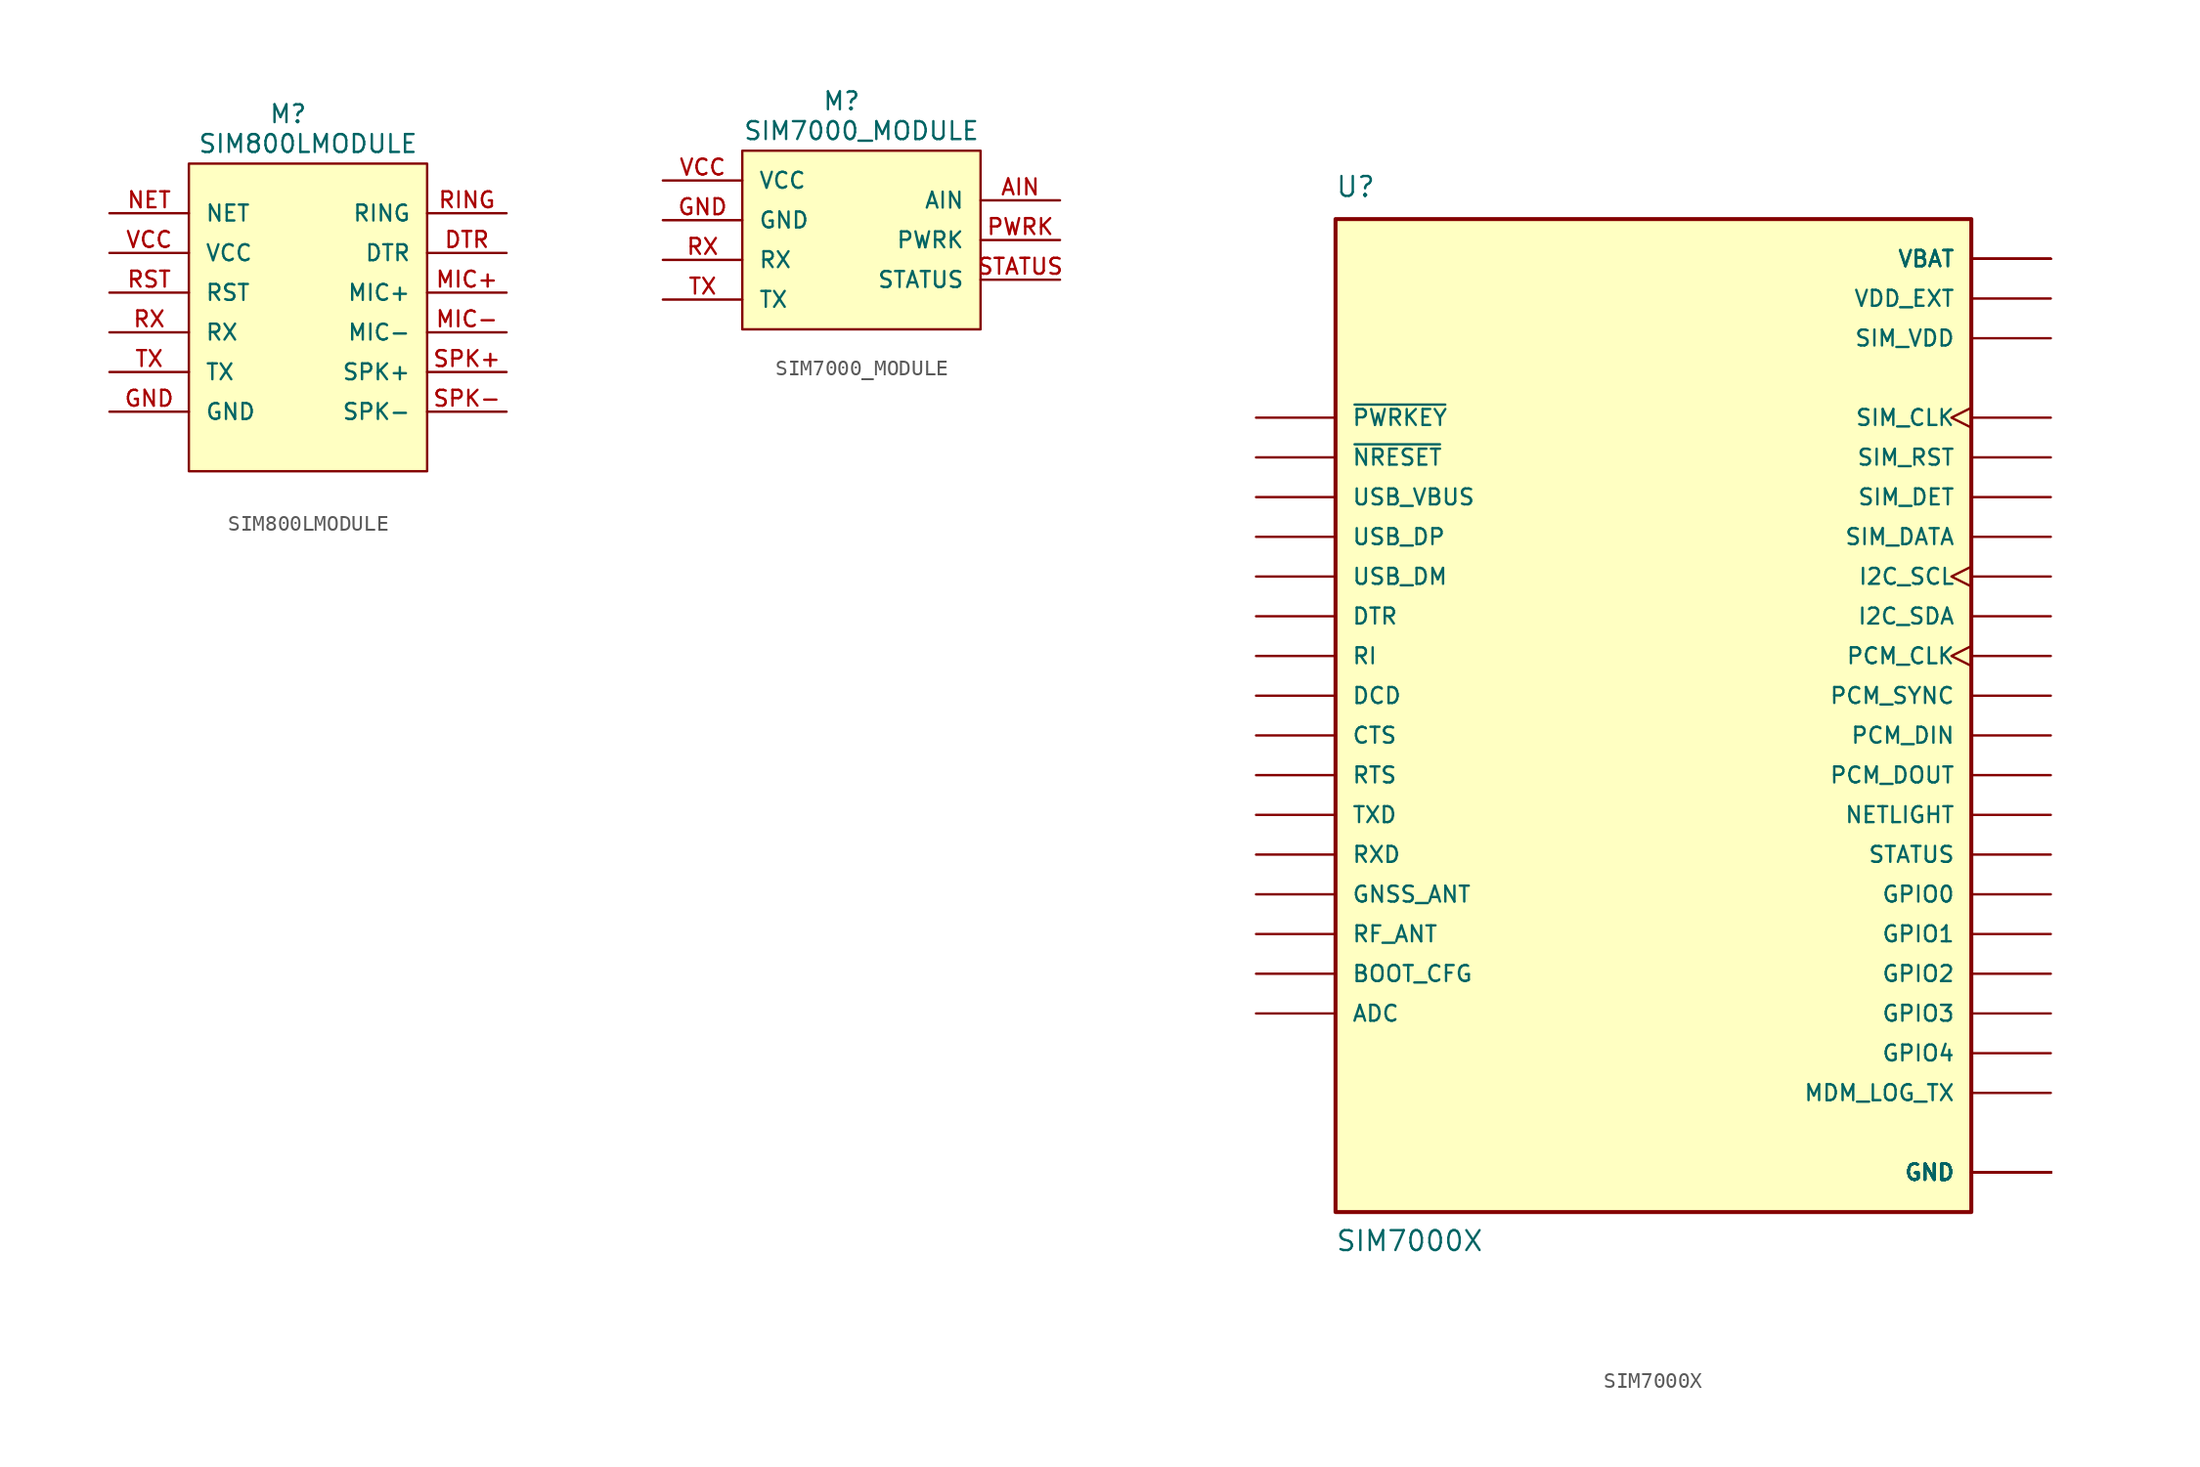
<source format=kicad_sym>
(kicad_symbol_lib
  (version 20211014)
  (generator kicad_symbol_editor)
  (symbol "SIM800LMODULE"
    (pin_names
      (offset 1.016))
    (property "Reference" "M"
      (at -1.27 13.97 0)
      (effects (font (size 1.143 1.143))))
    (property "Value" "SIM800LMODULE"
      (at 0 12.065 0)
      (effects (font (size 1.143 1.143))))
    (property "ki_locked" ""
      (at 0 0 0)
      (effects (font (size 1.27 1.27))))
    (symbol "SIM800LMODULE_1_0"
      (rectangle (start -7.62 10.795) (end 7.62 -8.89) (stroke (width 0) (type default) (color 0 0 0 0)) (fill (type background))))
    (symbol "SIM800LMODULE_1_1"
      (pin bidirectional line (at 12.7 5.08 180) (length 5.08) (name "DTR" (effects (font (size 1.016 1.016)))) (number "DTR" (effects (font (size 1.016 1.016)))))
      (pin bidirectional line (at -12.7 -5.08 0) (length 5.08) (name "GND" (effects (font (size 1.016 1.016)))) (number "GND" (effects (font (size 1.016 1.016)))))
      (pin bidirectional line (at 12.7 2.54 180) (length 5.08) (name "MIC+" (effects (font (size 1.016 1.016)))) (number "MIC+" (effects (font (size 1.016 1.016)))))
      (pin bidirectional line (at 12.7 0 180) (length 5.08) (name "MIC-" (effects (font (size 1.016 1.016)))) (number "MIC-" (effects (font (size 1.016 1.016)))))
      (pin bidirectional line (at -12.7 7.62 0) (length 5.08) (name "NET" (effects (font (size 1.016 1.016)))) (number "NET" (effects (font (size 1.016 1.016)))))
      (pin bidirectional line (at 12.7 7.62 180) (length 5.08) (name "RING" (effects (font (size 1.016 1.016)))) (number "RING" (effects (font (size 1.016 1.016)))))
      (pin bidirectional line (at -12.7 2.54 0) (length 5.08) (name "RST" (effects (font (size 1.016 1.016)))) (number "RST" (effects (font (size 1.016 1.016)))))
      (pin bidirectional line (at -12.7 0 0) (length 5.08) (name "RX" (effects (font (size 1.016 1.016)))) (number "RX" (effects (font (size 1.016 1.016)))))
      (pin bidirectional line (at 12.7 -2.54 180) (length 5.08) (name "SPK+" (effects (font (size 1.016 1.016)))) (number "SPK+" (effects (font (size 1.016 1.016)))))
      (pin bidirectional line (at 12.7 -5.08 180) (length 5.08) (name "SPK-" (effects (font (size 1.016 1.016)))) (number "SPK-" (effects (font (size 1.016 1.016)))))
      (pin bidirectional line (at -12.7 -2.54 0) (length 5.08) (name "TX" (effects (font (size 1.016 1.016)))) (number "TX" (effects (font (size 1.016 1.016)))))
      (pin bidirectional line (at -12.7 5.08 0) (length 5.08) (name "VCC" (effects (font (size 1.016 1.016)))) (number "VCC" (effects (font (size 1.016 1.016)))))))
  (symbol "SIM7000_MODULE"
    (pin_names
      (offset 1.016))
    (property "Reference" "M"
      (at -1.27 10.16 0)
      (effects (font (size 1.143 1.143))))
    (property "Value" "SIM7000_MODULE"
      (at 0 8.255 0)
      (effects (font (size 1.143 1.143))))
    (property "ki_locked" ""
      (at 0 0 0)
      (effects (font (size 1.27 1.27))))
    (symbol "SIM7000_MODULE_1_0"
      (rectangle (start -7.62 6.985) (end 7.62 -4.445) (stroke (width 0) (type default) (color 0 0 0 0)) (fill (type background))))
    (symbol "SIM7000_MODULE_1_1"
      (pin bidirectional line (at 12.7 3.81 180) (length 5.08) (name "AIN" (effects (font (size 1.016 1.016)))) (number "AIN" (effects (font (size 1.016 1.016)))))
      (pin bidirectional line (at -12.7 2.54 0) (length 5.08) (name "GND" (effects (font (size 1.016 1.016)))) (number "GND" (effects (font (size 1.016 1.016)))))
      (pin bidirectional line (at 12.7 1.27 180) (length 5.08) (name "PWRK" (effects (font (size 1.016 1.016)))) (number "PWRK" (effects (font (size 1.016 1.016)))))
      (pin bidirectional line (at -12.7 0 0) (length 5.08) (name "RX" (effects (font (size 1.016 1.016)))) (number "RX" (effects (font (size 1.016 1.016)))))
      (pin bidirectional line (at 12.7 -1.27 180) (length 5.08) (name "STATUS" (effects (font (size 1.016 1.016)))) (number "STATUS" (effects (font (size 1.016 1.016)))))
      (pin bidirectional line (at -12.7 -2.54 0) (length 5.08) (name "TX" (effects (font (size 1.016 1.016)))) (number "TX" (effects (font (size 1.016 1.016)))))
      (pin bidirectional line (at -12.7 5.08 0) (length 5.08) (name "VCC" (effects (font (size 1.016 1.016)))) (number "VCC" (effects (font (size 1.016 1.016)))))))
  (symbol "SIM7000X"
    (pin_numbers hide)
    (pin_names
      (offset 1.016))
    (property "Reference" "U"
      (at -20.345 34.341 0)
      (effects (font (size 1.27 1.27)) (justify left bottom)))
    (property "Value" "SIM7000X"
      (at -20.345 -33.071 0)
      (effects (font (size 1.27 1.27)) (justify left bottom)))
    (symbol "SIM7000X_0_0"
      (rectangle (start -20.32 -30.48) (end 20.32 33.02) (stroke (width 0.254) (type default) (color 0 0 0 0)) (fill (type background)))
      (pin input line (at -25.4 20.32 0) (length 5.08) (name "~{PWRKEY}" (effects (font (size 1.016 1.016)))) (number "1" (effects (font (size 1.016 1.016)))))
      (pin input line (at -25.4 -7.62 0) (length 5.08) (name "RXD" (effects (font (size 1.016 1.016)))) (number "10" (effects (font (size 1.016 1.016)))))
      (pin output clock (at 25.4 5.08 180) (length 5.08) (name "PCM_CLK" (effects (font (size 1.016 1.016)))) (number "11" (effects (font (size 1.016 1.016)))))
      (pin output line (at 25.4 2.54 180) (length 5.08) (name "PCM_SYNC" (effects (font (size 1.016 1.016)))) (number "12" (effects (font (size 1.016 1.016)))))
      (pin input line (at 25.4 0 180) (length 5.08) (name "PCM_DIN" (effects (font (size 1.016 1.016)))) (number "13" (effects (font (size 1.016 1.016)))))
      (pin output line (at 25.4 -2.54 180) (length 5.08) (name "PCM_DOUT" (effects (font (size 1.016 1.016)))) (number "14" (effects (font (size 1.016 1.016)))))
      (pin power_in line (at 25.4 27.94 180) (length 5.08) (name "VDD_EXT" (effects (font (size 1.016 1.016)))) (number "15" (effects (font (size 1.016 1.016)))))
      (pin input line (at -25.4 17.78 0) (length 5.08) (name "~{NRESET}" (effects (font (size 1.016 1.016)))) (number "16" (effects (font (size 1.016 1.016)))))
      (pin power_in line (at 25.4 -27.94 180) (length 5.08) (name "GND" (effects (font (size 1.016 1.016)))) (number "17" (effects (font (size 1.016 1.016)))))
      (pin power_in line (at 25.4 -27.94 180) (length 5.08) (name "GND" (effects (font (size 1.016 1.016)))) (number "18" (effects (font (size 1.016 1.016)))))
      (pin power_in line (at 25.4 -27.94 180) (length 5.08) (name "GND" (effects (font (size 1.016 1.016)))) (number "2" (effects (font (size 1.016 1.016)))))
      (pin output line (at 25.4 -22.86 180) (length 5.08) (name "MDM_LOG_TX" (effects (font (size 1.016 1.016)))) (number "23" (effects (font (size 1.016 1.016)))))
      (pin input line (at -25.4 15.24 0) (length 5.08) (name "USB_VBUS" (effects (font (size 1.016 1.016)))) (number "24" (effects (font (size 1.016 1.016)))))
      (pin input line (at -25.4 -17.78 0) (length 5.08) (name "ADC" (effects (font (size 1.016 1.016)))) (number "25" (effects (font (size 1.016 1.016)))))
      (pin bidirectional line (at -25.4 12.7 0) (length 5.08) (name "USB_DP" (effects (font (size 1.016 1.016)))) (number "27" (effects (font (size 1.016 1.016)))))
      (pin bidirectional line (at -25.4 10.16 0) (length 5.08) (name "USB_DM" (effects (font (size 1.016 1.016)))) (number "28" (effects (font (size 1.016 1.016)))))
      (pin power_in line (at 25.4 -27.94 180) (length 5.08) (name "GND" (effects (font (size 1.016 1.016)))) (number "29" (effects (font (size 1.016 1.016)))))
      (pin input line (at -25.4 7.62 0) (length 5.08) (name "DTR" (effects (font (size 1.016 1.016)))) (number "3" (effects (font (size 1.016 1.016)))))
      (pin power_in line (at 25.4 25.4 180) (length 5.08) (name "SIM_VDD" (effects (font (size 1.016 1.016)))) (number "30" (effects (font (size 1.016 1.016)))))
      (pin bidirectional line (at 25.4 12.7 180) (length 5.08) (name "SIM_DATA" (effects (font (size 1.016 1.016)))) (number "31" (effects (font (size 1.016 1.016)))))
      (pin output clock (at 25.4 20.32 180) (length 5.08) (name "SIM_CLK" (effects (font (size 1.016 1.016)))) (number "32" (effects (font (size 1.016 1.016)))))
      (pin output line (at 25.4 17.78 180) (length 5.08) (name "SIM_RST" (effects (font (size 1.016 1.016)))) (number "33" (effects (font (size 1.016 1.016)))))
      (pin input line (at 25.4 15.24 180) (length 5.08) (name "SIM_DET" (effects (font (size 1.016 1.016)))) (number "34" (effects (font (size 1.016 1.016)))))
      (pin bidirectional line (at 25.4 7.62 180) (length 5.08) (name "I2C_SDA" (effects (font (size 1.016 1.016)))) (number "37" (effects (font (size 1.016 1.016)))))
      (pin output clock (at 25.4 10.16 180) (length 5.08) (name "I2C_SCL" (effects (font (size 1.016 1.016)))) (number "38" (effects (font (size 1.016 1.016)))))
      (pin power_in line (at 25.4 -27.94 180) (length 5.08) (name "GND" (effects (font (size 1.016 1.016)))) (number "39" (effects (font (size 1.016 1.016)))))
      (pin output line (at -25.4 5.08 0) (length 5.08) (name "RI" (effects (font (size 1.016 1.016)))) (number "4" (effects (font (size 1.016 1.016)))))
      (pin power_in line (at 25.4 -27.94 180) (length 5.08) (name "GND" (effects (font (size 1.016 1.016)))) (number "45" (effects (font (size 1.016 1.016)))))
      (pin power_in line (at 25.4 -27.94 180) (length 5.08) (name "GND" (effects (font (size 1.016 1.016)))) (number "46" (effects (font (size 1.016 1.016)))))
      (pin bidirectional line (at 25.4 -20.32 180) (length 5.08) (name "GPIO4" (effects (font (size 1.016 1.016)))) (number "48" (effects (font (size 1.016 1.016)))))
      (pin bidirectional line (at 25.4 -12.7 180) (length 5.08) (name "GPIO1" (effects (font (size 1.016 1.016)))) (number "49" (effects (font (size 1.016 1.016)))))
      (pin output line (at -25.4 2.54 0) (length 5.08) (name "DCD" (effects (font (size 1.016 1.016)))) (number "5" (effects (font (size 1.016 1.016)))))
      (pin bidirectional line (at 25.4 -10.16 180) (length 5.08) (name "GPIO0" (effects (font (size 1.016 1.016)))) (number "50" (effects (font (size 1.016 1.016)))))
      (pin output line (at 25.4 -5.08 180) (length 5.08) (name "NETLIGHT" (effects (font (size 1.016 1.016)))) (number "52" (effects (font (size 1.016 1.016)))))
      (pin input line (at -25.4 -10.16 0) (length 5.08) (name "GNSS_ANT" (effects (font (size 1.016 1.016)))) (number "53" (effects (font (size 1.016 1.016)))))
      (pin power_in line (at 25.4 -27.94 180) (length 5.08) (name "GND" (effects (font (size 1.016 1.016)))) (number "54" (effects (font (size 1.016 1.016)))))
      (pin power_in line (at 25.4 30.48 180) (length 5.08) (name "VBAT" (effects (font (size 1.016 1.016)))) (number "55" (effects (font (size 1.016 1.016)))))
      (pin power_in line (at 25.4 30.48 180) (length 5.08) (name "VBAT" (effects (font (size 1.016 1.016)))) (number "56" (effects (font (size 1.016 1.016)))))
      (pin power_in line (at 25.4 30.48 180) (length 5.08) (name "VBAT" (effects (font (size 1.016 1.016)))) (number "57" (effects (font (size 1.016 1.016)))))
      (pin power_in line (at 25.4 -27.94 180) (length 5.08) (name "GND" (effects (font (size 1.016 1.016)))) (number "58" (effects (font (size 1.016 1.016)))))
      (pin power_in line (at 25.4 -27.94 180) (length 5.08) (name "GND" (effects (font (size 1.016 1.016)))) (number "59" (effects (font (size 1.016 1.016)))))
      (pin input line (at -25.4 -15.24 0) (length 5.08) (name "BOOT_CFG" (effects (font (size 1.016 1.016)))) (number "6" (effects (font (size 1.016 1.016)))))
      (pin bidirectional line (at -25.4 -12.7 0) (length 5.08) (name "RF_ANT" (effects (font (size 1.016 1.016)))) (number "60" (effects (font (size 1.016 1.016)))))
      (pin power_in line (at 25.4 -27.94 180) (length 5.08) (name "GND" (effects (font (size 1.016 1.016)))) (number "61" (effects (font (size 1.016 1.016)))))
      (pin power_in line (at 25.4 -27.94 180) (length 5.08) (name "GND" (effects (font (size 1.016 1.016)))) (number "62" (effects (font (size 1.016 1.016)))))
      (pin power_in line (at 25.4 -27.94 180) (length 5.08) (name "GND" (effects (font (size 1.016 1.016)))) (number "63" (effects (font (size 1.016 1.016)))))
      (pin power_in line (at 25.4 -27.94 180) (length 5.08) (name "GND" (effects (font (size 1.016 1.016)))) (number "64" (effects (font (size 1.016 1.016)))))
      (pin power_in line (at 25.4 -27.94 180) (length 5.08) (name "GND" (effects (font (size 1.016 1.016)))) (number "65" (effects (font (size 1.016 1.016)))))
      (pin output line (at 25.4 -7.62 180) (length 5.08) (name "STATUS" (effects (font (size 1.016 1.016)))) (number "66" (effects (font (size 1.016 1.016)))))
      (pin bidirectional line (at 25.4 -15.24 180) (length 5.08) (name "GPIO2" (effects (font (size 1.016 1.016)))) (number "67" (effects (font (size 1.016 1.016)))))
      (pin bidirectional line (at 25.4 -17.78 180) (length 5.08) (name "GPIO3" (effects (font (size 1.016 1.016)))) (number "68" (effects (font (size 1.016 1.016)))))
      (pin output line (at -25.4 0 0) (length 5.08) (name "CTS" (effects (font (size 1.016 1.016)))) (number "7" (effects (font (size 1.016 1.016)))))
      (pin input line (at -25.4 -2.54 0) (length 5.08) (name "RTS" (effects (font (size 1.016 1.016)))) (number "8" (effects (font (size 1.016 1.016)))))
      (pin output line (at -25.4 -5.08 0) (length 5.08) (name "TXD" (effects (font (size 1.016 1.016)))) (number "9" (effects (font (size 1.016 1.016))))))))
</source>
